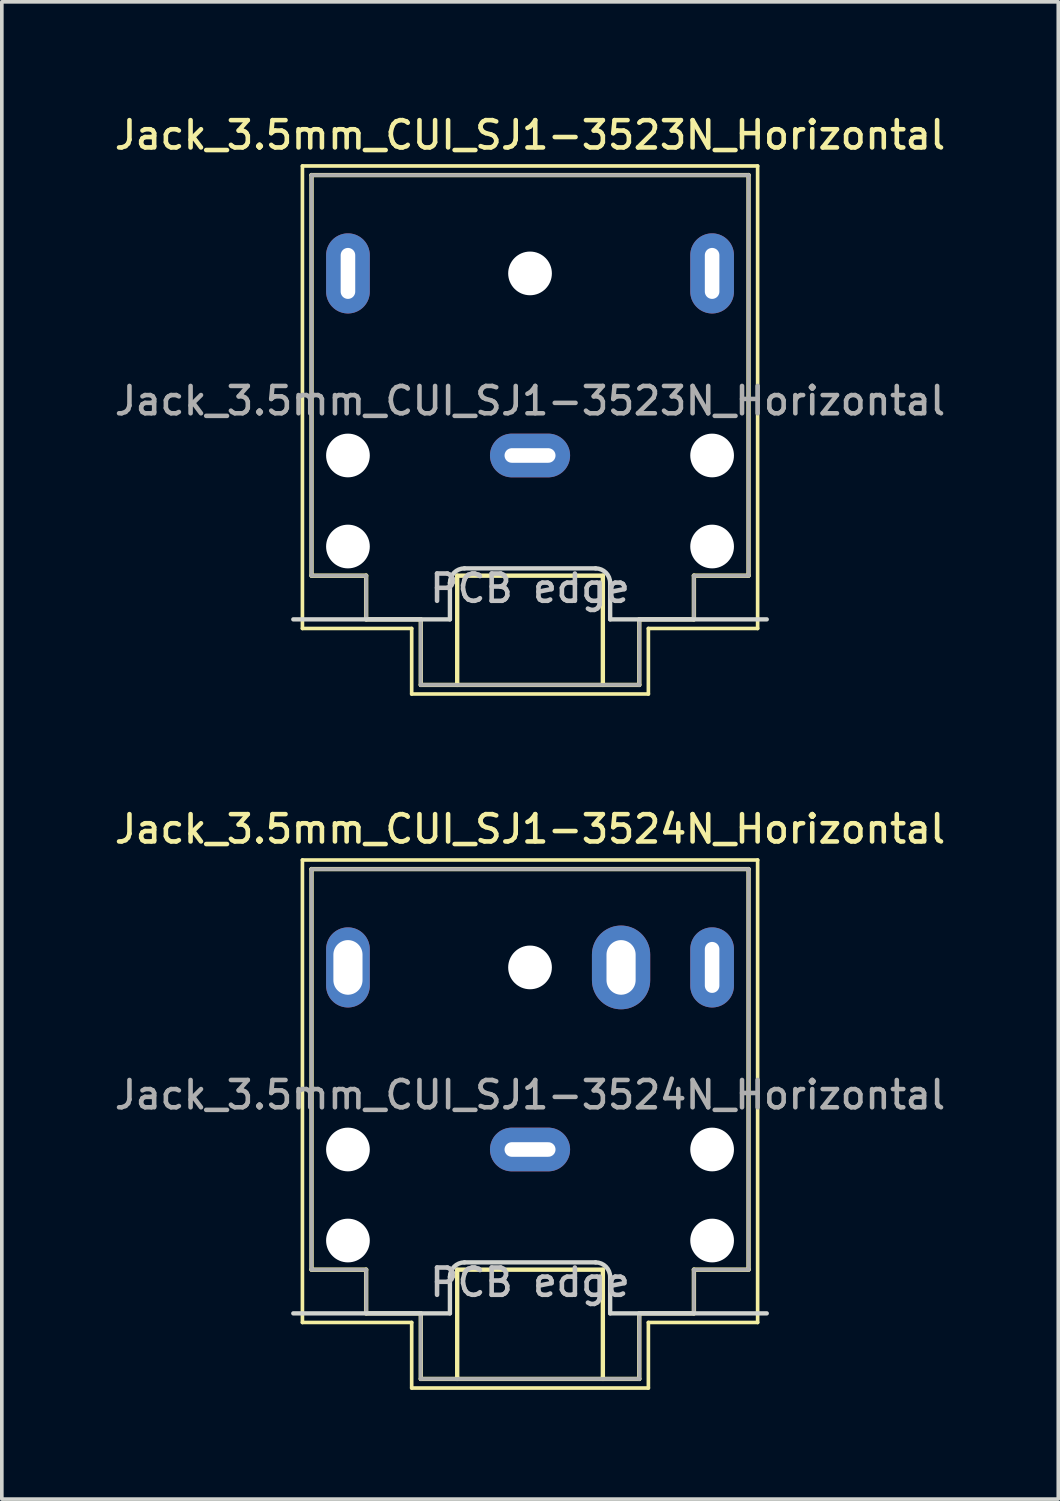
<source format=kicad_pcb>
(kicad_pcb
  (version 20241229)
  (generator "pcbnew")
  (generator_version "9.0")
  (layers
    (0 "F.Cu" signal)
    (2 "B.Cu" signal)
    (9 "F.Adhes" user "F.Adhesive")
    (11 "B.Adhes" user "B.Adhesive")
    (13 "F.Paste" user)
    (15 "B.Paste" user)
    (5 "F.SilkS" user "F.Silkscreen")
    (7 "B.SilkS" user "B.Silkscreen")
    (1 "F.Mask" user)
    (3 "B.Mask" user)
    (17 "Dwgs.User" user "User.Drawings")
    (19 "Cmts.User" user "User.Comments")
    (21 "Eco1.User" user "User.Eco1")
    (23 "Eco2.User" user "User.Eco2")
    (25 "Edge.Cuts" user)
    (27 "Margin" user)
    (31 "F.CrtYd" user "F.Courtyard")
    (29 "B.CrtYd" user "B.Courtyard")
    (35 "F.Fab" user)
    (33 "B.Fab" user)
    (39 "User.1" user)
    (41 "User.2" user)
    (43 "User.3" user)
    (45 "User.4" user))
  (footprint "Jack_3.5mm_CUI_SJ1-3524N_Horizontal"
    (layer "F.Cu")
    (at 11.505 28.516)
    (property "Reference" "Jack_3.5mm_CUI_SJ1-3524N_Horizontal" (at 0 -8.8 0) (layer "F.SilkS") (effects (font (size 0.75 0.75) (thickness 0.125))))
    (attr through_hole exclude_from_pos_files exclude_from_bom)
    (fp_line (start -6.25 -7.95) (end -6.25 4.75) (stroke (width 0.1) (type solid)) (layer "F.SilkS"))
    (fp_line (start -6.25 4.75) (end -3.25 4.75) (stroke (width 0.1) (type solid)) (layer "F.SilkS"))
    (fp_line (start -6 -7.7) (end 6 -7.7) (stroke (width 0.12) (type solid)) (layer "F.SilkS"))
    (fp_line (start -6 3.3) (end -6 -7.7) (stroke (width 0.12) (type solid)) (layer "F.SilkS"))
    (fp_line (start -4.5 3.3) (end -6 3.3) (stroke (width 0.12) (type solid)) (layer "F.SilkS"))
    (fp_line (start -4.5 4.5) (end -4.5 3.3) (stroke (width 0.12) (type solid)) (layer "F.SilkS"))
    (fp_line (start -3.25 4.75) (end -3.25 6.55) (stroke (width 0.1) (type solid)) (layer "F.SilkS"))
    (fp_line (start -3.25 6.55) (end 3.25 6.55) (stroke (width 0.1) (type solid)) (layer "F.SilkS"))
    (fp_line (start -3 4.5) (end -4.5 4.5) (stroke (width 0.12) (type solid)) (layer "F.SilkS"))
    (fp_line (start -3 6.3) (end -3 4.5) (stroke (width 0.12) (type solid)) (layer "F.SilkS"))
    (fp_line (start -2 3.3) (end -2 6.3) (stroke (width 0.12) (type solid)) (layer "F.SilkS"))
    (fp_line (start 2 3.3) (end -2 3.3) (stroke (width 0.12) (type solid)) (layer "F.SilkS"))
    (fp_line (start 2 6.3) (end 2 3.3) (stroke (width 0.12) (type solid)) (layer "F.SilkS"))
    (fp_line (start 3 4.5) (end 3 6.3) (stroke (width 0.12) (type solid)) (layer "F.SilkS"))
    (fp_line (start 3 6.3) (end -3 6.3) (stroke (width 0.12) (type solid)) (layer "F.SilkS"))
    (fp_line (start 3.25 4.75) (end 6.25 4.75) (stroke (width 0.1) (type solid)) (layer "F.SilkS"))
    (fp_line (start 3.25 6.55) (end 3.25 4.75) (stroke (width 0.1) (type solid)) (layer "F.SilkS"))
    (fp_line (start 4.5 3.3) (end 4.5 4.5) (stroke (width 0.12) (type solid)) (layer "F.SilkS"))
    (fp_line (start 4.5 4.5) (end 3 4.5) (stroke (width 0.12) (type solid)) (layer "F.SilkS"))
    (fp_line (start 6 -7.7) (end 6 3.3) (stroke (width 0.12) (type solid)) (layer "F.SilkS"))
    (fp_line (start 6 3.3) (end 4.5 3.3) (stroke (width 0.12) (type solid)) (layer "F.SilkS"))
    (fp_line (start 6.25 -7.95) (end -6.25 -7.95) (stroke (width 0.1) (type solid)) (layer "F.SilkS"))
    (fp_line (start 6.25 4.5) (end 6.25 -7.95) (stroke (width 0.1) (type solid)) (layer "F.SilkS"))
    (fp_line (start 6.25 4.75) (end 6.25 4.5) (stroke (width 0.1) (type solid)) (layer "F.SilkS"))
    (fp_line (start -2.2 3.5) (end -2.2 4.5) (stroke (width 0.12) (type solid)) (layer "Edge.Cuts"))
    (fp_line (start -2.2 4.5) (end -6.5 4.5) (stroke (width 0.12) (type solid)) (layer "Edge.Cuts"))
    (fp_line (start 1.8 3.1) (end -1.8 3.1) (stroke (width 0.12) (type solid)) (layer "Edge.Cuts"))
    (fp_line (start 2.2 3.5) (end 2.2 4.5) (stroke (width 0.12) (type solid)) (layer "Edge.Cuts"))
    (fp_line (start 2.2 4.5) (end 6.5 4.5) (stroke (width 0.12) (type solid)) (layer "Edge.Cuts"))
    (fp_arc (start -2.2 3.5) (mid -2.082842 3.217158) (end -1.8 3.1) (stroke (width 0.12) (type solid)) (layer "Edge.Cuts"))
    (fp_arc (start 1.8 3.1) (mid 2.082843 3.217157) (end 2.2 3.5) (stroke (width 0.12) (type solid)) (layer "Edge.Cuts"))
    (fp_line (start -6 -7.7) (end 6 -7.7) (stroke (width 0.1) (type solid)) (layer "F.Fab"))
    (fp_line (start -6 3.3) (end -6 -7.7) (stroke (width 0.1) (type solid)) (layer "F.Fab"))
    (fp_line (start -4.5 3.3) (end -6 3.3) (stroke (width 0.1) (type solid)) (layer "F.Fab"))
    (fp_line (start -4.5 4.5) (end -4.5 3.3) (stroke (width 0.1) (type solid)) (layer "F.Fab"))
    (fp_line (start -4.5 4.5) (end -3 4.5) (stroke (width 0.1) (type solid)) (layer "F.Fab"))
    (fp_line (start -3 4.5) (end -3 6.3) (stroke (width 0.1) (type solid)) (layer "F.Fab"))
    (fp_line (start -3 6.3) (end 3 6.3) (stroke (width 0.1) (type solid)) (layer "F.Fab"))
    (fp_line (start 3 4.5) (end 3 6.3) (stroke (width 0.1) (type solid)) (layer "F.Fab"))
    (fp_line (start 4.5 3.3) (end 6 3.3) (stroke (width 0.1) (type solid)) (layer "F.Fab"))
    (fp_line (start 4.5 4.5) (end 3 4.5) (stroke (width 0.1) (type solid)) (layer "F.Fab"))
    (fp_line (start 4.5 4.5) (end 4.5 3.3) (stroke (width 0.1) (type solid)) (layer "F.Fab"))
    (fp_line (start 6 3.3) (end 6 -7.7) (stroke (width 0.1) (type solid)) (layer "F.Fab"))
    (fp_text user "PCB edge" (at 0 3.65 0) (unlocked yes) (layer "Dwgs.User") (effects (font (size 0.75 0.75) (thickness 0.125))))
    (fp_text user "${REFERENCE}" (at 0 -1.5 0) (layer "F.Fab") (effects (font (size 0.75 0.75) (thickness 0.125))))
    (pad "" np_thru_hole circle (at -5 0) (size 1.2 1.2) (drill 1.2) (layers "*.Cu" "*.Mask"))
    (pad "" np_thru_hole circle (at -5 2.5) (size 1.2 1.2) (drill 1.2) (layers "*.Cu" "*.Mask"))
    (pad "" np_thru_hole circle (at 0 -5) (size 1.2 1.2) (drill 1.2) (layers "*.Cu" "*.Mask"))
    (pad "" np_thru_hole circle (at 5 0) (size 1.2 1.2) (drill 1.2) (layers "*.Cu" "*.Mask"))
    (pad "" np_thru_hole circle (at 5 2.5) (size 1.2 1.2) (drill 1.2) (layers "*.Cu" "*.Mask"))
    (pad "R" thru_hole oval (at -5 -5) (size 1.2 2.2) (drill oval 0.8 1.5) (layers "*.Cu" "*.Mask"))
    (pad "S" thru_hole oval (at 0 0) (size 2.2 1.2) (drill oval 1.4 0.4) (layers "*.Cu" "*.Mask"))
    (pad "T" thru_hole oval (at 5 -5 180) (size 1.2 2.2) (drill oval 0.4 1.4) (layers "*.Cu" "*.Mask"))
    (pad "TN" thru_hole oval (at 2.5 -5 180) (size 1.6 2.3) (drill oval 0.8 1.5) (layers "*.Cu" "*.Mask")))
  (footprint "Jack_3.5mm_CUI_SJ1-3523N_Horizontal"
    (layer "F.Cu")
    (at 11.505 9.458)
    (property "Reference" "Jack_3.5mm_CUI_SJ1-3523N_Horizontal" (at 0 -8.8 0) (layer "F.SilkS") (effects (font (size 0.75 0.75) (thickness 0.125))))
    (attr through_hole exclude_from_pos_files exclude_from_bom)
    (fp_line (start -6.25 -7.95) (end -6.25 4.75) (stroke (width 0.1) (type solid)) (layer "F.SilkS"))
    (fp_line (start -6.25 4.75) (end -3.25 4.75) (stroke (width 0.1) (type solid)) (layer "F.SilkS"))
    (fp_line (start -6 -7.7) (end 6 -7.7) (stroke (width 0.12) (type solid)) (layer "F.SilkS"))
    (fp_line (start -6 3.3) (end -6 -7.7) (stroke (width 0.12) (type solid)) (layer "F.SilkS"))
    (fp_line (start -4.5 3.3) (end -6 3.3) (stroke (width 0.12) (type solid)) (layer "F.SilkS"))
    (fp_line (start -4.5 4.5) (end -4.5 3.3) (stroke (width 0.12) (type solid)) (layer "F.SilkS"))
    (fp_line (start -3.25 4.75) (end -3.25 6.55) (stroke (width 0.1) (type solid)) (layer "F.SilkS"))
    (fp_line (start -3.25 6.55) (end 3.25 6.55) (stroke (width 0.1) (type solid)) (layer "F.SilkS"))
    (fp_line (start -3 4.5) (end -4.5 4.5) (stroke (width 0.12) (type solid)) (layer "F.SilkS"))
    (fp_line (start -3 6.3) (end -3 4.5) (stroke (width 0.12) (type solid)) (layer "F.SilkS"))
    (fp_line (start -2 3.3) (end -2 6.3) (stroke (width 0.12) (type solid)) (layer "F.SilkS"))
    (fp_line (start 2 3.3) (end -2 3.3) (stroke (width 0.12) (type solid)) (layer "F.SilkS"))
    (fp_line (start 2 6.3) (end 2 3.3) (stroke (width 0.12) (type solid)) (layer "F.SilkS"))
    (fp_line (start 3 4.5) (end 3 6.3) (stroke (width 0.12) (type solid)) (layer "F.SilkS"))
    (fp_line (start 3 6.3) (end -3 6.3) (stroke (width 0.12) (type solid)) (layer "F.SilkS"))
    (fp_line (start 3.25 4.75) (end 6.25 4.75) (stroke (width 0.1) (type solid)) (layer "F.SilkS"))
    (fp_line (start 3.25 6.55) (end 3.25 4.75) (stroke (width 0.1) (type solid)) (layer "F.SilkS"))
    (fp_line (start 4.5 3.3) (end 4.5 4.5) (stroke (width 0.12) (type solid)) (layer "F.SilkS"))
    (fp_line (start 4.5 4.5) (end 3 4.5) (stroke (width 0.12) (type solid)) (layer "F.SilkS"))
    (fp_line (start 6 -7.7) (end 6 3.3) (stroke (width 0.12) (type solid)) (layer "F.SilkS"))
    (fp_line (start 6 3.3) (end 4.5 3.3) (stroke (width 0.12) (type solid)) (layer "F.SilkS"))
    (fp_line (start 6.25 -7.95) (end -6.25 -7.95) (stroke (width 0.1) (type solid)) (layer "F.SilkS"))
    (fp_line (start 6.25 4.5) (end 6.25 -7.95) (stroke (width 0.1) (type solid)) (layer "F.SilkS"))
    (fp_line (start 6.25 4.75) (end 6.25 4.5) (stroke (width 0.1) (type solid)) (layer "F.SilkS"))
    (fp_line (start -2.2 3.5) (end -2.2 4.5) (stroke (width 0.12) (type solid)) (layer "Edge.Cuts"))
    (fp_line (start -2.2 4.5) (end -6.5 4.5) (stroke (width 0.12) (type solid)) (layer "Edge.Cuts"))
    (fp_line (start 1.8 3.1) (end -1.8 3.1) (stroke (width 0.12) (type solid)) (layer "Edge.Cuts"))
    (fp_line (start 2.2 3.5) (end 2.2 4.5) (stroke (width 0.12) (type solid)) (layer "Edge.Cuts"))
    (fp_line (start 2.2 4.5) (end 6.5 4.5) (stroke (width 0.12) (type solid)) (layer "Edge.Cuts"))
    (fp_arc (start -2.2 3.5) (mid -2.082843 3.217158) (end -1.8 3.1) (stroke (width 0.12) (type solid)) (layer "Edge.Cuts"))
    (fp_arc (start 1.8 3.1) (mid 2.082843 3.217157) (end 2.2 3.5) (stroke (width 0.12) (type solid)) (layer "Edge.Cuts"))
    (fp_line (start -6 -7.7) (end 6 -7.7) (stroke (width 0.1) (type solid)) (layer "F.Fab"))
    (fp_line (start -6 3.3) (end -6 -7.7) (stroke (width 0.1) (type solid)) (layer "F.Fab"))
    (fp_line (start -4.5 3.3) (end -6 3.3) (stroke (width 0.1) (type solid)) (layer "F.Fab"))
    (fp_line (start -4.5 4.5) (end -4.5 3.3) (stroke (width 0.1) (type solid)) (layer "F.Fab"))
    (fp_line (start -4.5 4.5) (end -3 4.5) (stroke (width 0.1) (type solid)) (layer "F.Fab"))
    (fp_line (start -3 4.5) (end -3 6.3) (stroke (width 0.1) (type solid)) (layer "F.Fab"))
    (fp_line (start -3 6.3) (end 3 6.3) (stroke (width 0.1) (type solid)) (layer "F.Fab"))
    (fp_line (start 3 4.5) (end 3 6.3) (stroke (width 0.1) (type solid)) (layer "F.Fab"))
    (fp_line (start 4.5 3.3) (end 6 3.3) (stroke (width 0.1) (type solid)) (layer "F.Fab"))
    (fp_line (start 4.5 4.5) (end 3 4.5) (stroke (width 0.1) (type solid)) (layer "F.Fab"))
    (fp_line (start 4.5 4.5) (end 4.5 3.3) (stroke (width 0.1) (type solid)) (layer "F.Fab"))
    (fp_line (start 6 3.3) (end 6 -7.7) (stroke (width 0.1) (type solid)) (layer "F.Fab"))
    (fp_text user "PCB edge" (at 0 3.65 0) (unlocked yes) (layer "Dwgs.User") (effects (font (size 0.75 0.75) (thickness 0.125))))
    (fp_text user "${REFERENCE}" (at 0 -1.5 0) (layer "F.Fab") (effects (font (size 0.75 0.75) (thickness 0.125))))
    (pad "" np_thru_hole circle (at -5 0) (size 1.2 1.2) (drill 1.2) (layers "*.Cu" "*.Mask"))
    (pad "" np_thru_hole circle (at -5 2.5) (size 1.2 1.2) (drill 1.2) (layers "*.Cu" "*.Mask"))
    (pad "" np_thru_hole circle (at 0 -5) (size 1.2 1.2) (drill 1.2) (layers "*.Cu" "*.Mask"))
    (pad "" np_thru_hole circle (at 5 0) (size 1.2 1.2) (drill 1.2) (layers "*.Cu" "*.Mask"))
    (pad "" np_thru_hole circle (at 5 2.5) (size 1.2 1.2) (drill 1.2) (layers "*.Cu" "*.Mask"))
    (pad "R" thru_hole oval (at -5 -5) (size 1.2 2.2) (drill oval 0.4 1.4) (layers "*.Cu" "*.Mask"))
    (pad "S" thru_hole oval (at 0 0) (size 2.2 1.2) (drill oval 1.4 0.4) (layers "*.Cu" "*.Mask"))
    (pad "T" thru_hole oval (at 5 -5 180) (size 1.2 2.2) (drill oval 0.4 1.4) (layers "*.Cu" "*.Mask")))
  (gr_rect
    (start -3 -3)
    (end 26.011 38.116)
    (stroke (width 0.1) (type default))
    (fill no)
    (layer "Edge.Cuts")))
</source>
